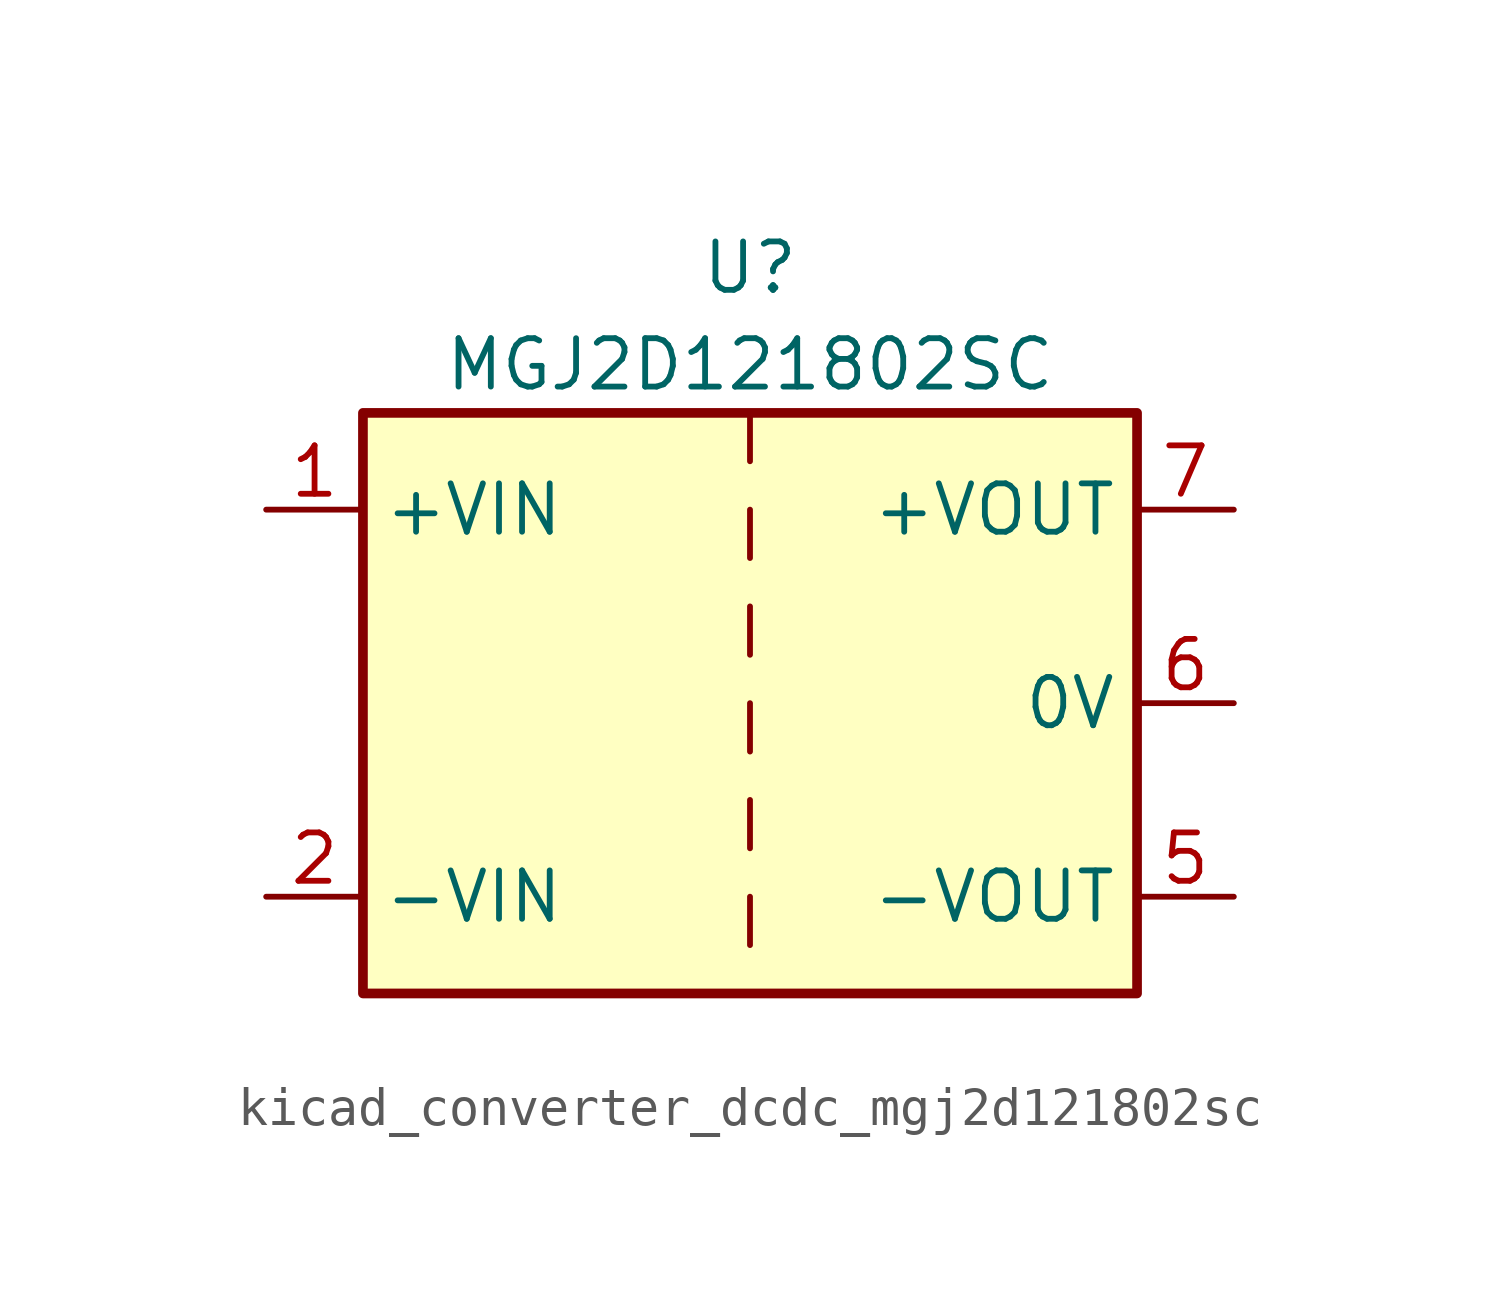
<source format=kicad_sym>
(kicad_symbol_lib
  (version 20220914)
  (generator kicad_symbol_editor)
  (symbol "kicad_converter_dcdc_mgj2d121802sc"
    (property "Reference" "U"
      (at 0 11.43 0)
      (effects (font (size 1.27 1.27))))
    (property "Value" "MGJ2D121802SC"
      (at 0 8.89 0)
      (effects (font (size 1.27 1.27))))
    (symbol "kicad_converter_dcdc_mgj2d121802sc_0_1"
      (rectangle (start -10.16 7.62) (end 10.16 -7.62) (stroke (width 0.254) (type default)) (fill (type background)))
      (polyline (pts (xy 0 -5.08) (xy 0 -6.35)) (stroke (width 0) (type default)) (fill (type none)))
      (polyline (pts (xy 0 -2.54) (xy 0 -3.81)) (stroke (width 0) (type default)) (fill (type none)))
      (polyline (pts (xy 0 0) (xy 0 -1.27)) (stroke (width 0) (type default)) (fill (type none)))
      (polyline (pts (xy 0 2.54) (xy 0 1.27)) (stroke (width 0) (type default)) (fill (type none)))
      (polyline (pts (xy 0 5.08) (xy 0 3.81)) (stroke (width 0) (type default)) (fill (type none)))
      (polyline (pts (xy 0 7.62) (xy 0 6.35)) (stroke (width 0) (type default)) (fill (type none))))
    (symbol "kicad_converter_dcdc_mgj2d121802sc_1_1"
      (pin power_in line (at -12.7 5.08 0) (length 2.54) (name "+VIN" (effects (font (size 1.27 1.27)))) (number "1" (effects (font (size 1.27 1.27)))))
      (pin power_in line (at -12.7 -5.08 0) (length 2.54) (name "-VIN" (effects (font (size 1.27 1.27)))) (number "2" (effects (font (size 1.27 1.27)))))
      (pin power_out line (at 12.7 -5.08 180) (length 2.54) (name "-VOUT" (effects (font (size 1.27 1.27)))) (number "5" (effects (font (size 1.27 1.27)))))
      (pin power_out line (at 12.7 0 180) (length 2.54) (name "0V" (effects (font (size 1.27 1.27)))) (number "6" (effects (font (size 1.27 1.27)))))
      (pin power_out line (at 12.7 5.08 180) (length 2.54) (name "+VOUT" (effects (font (size 1.27 1.27)))) (number "7" (effects (font (size 1.27 1.27))))))))
</source>
